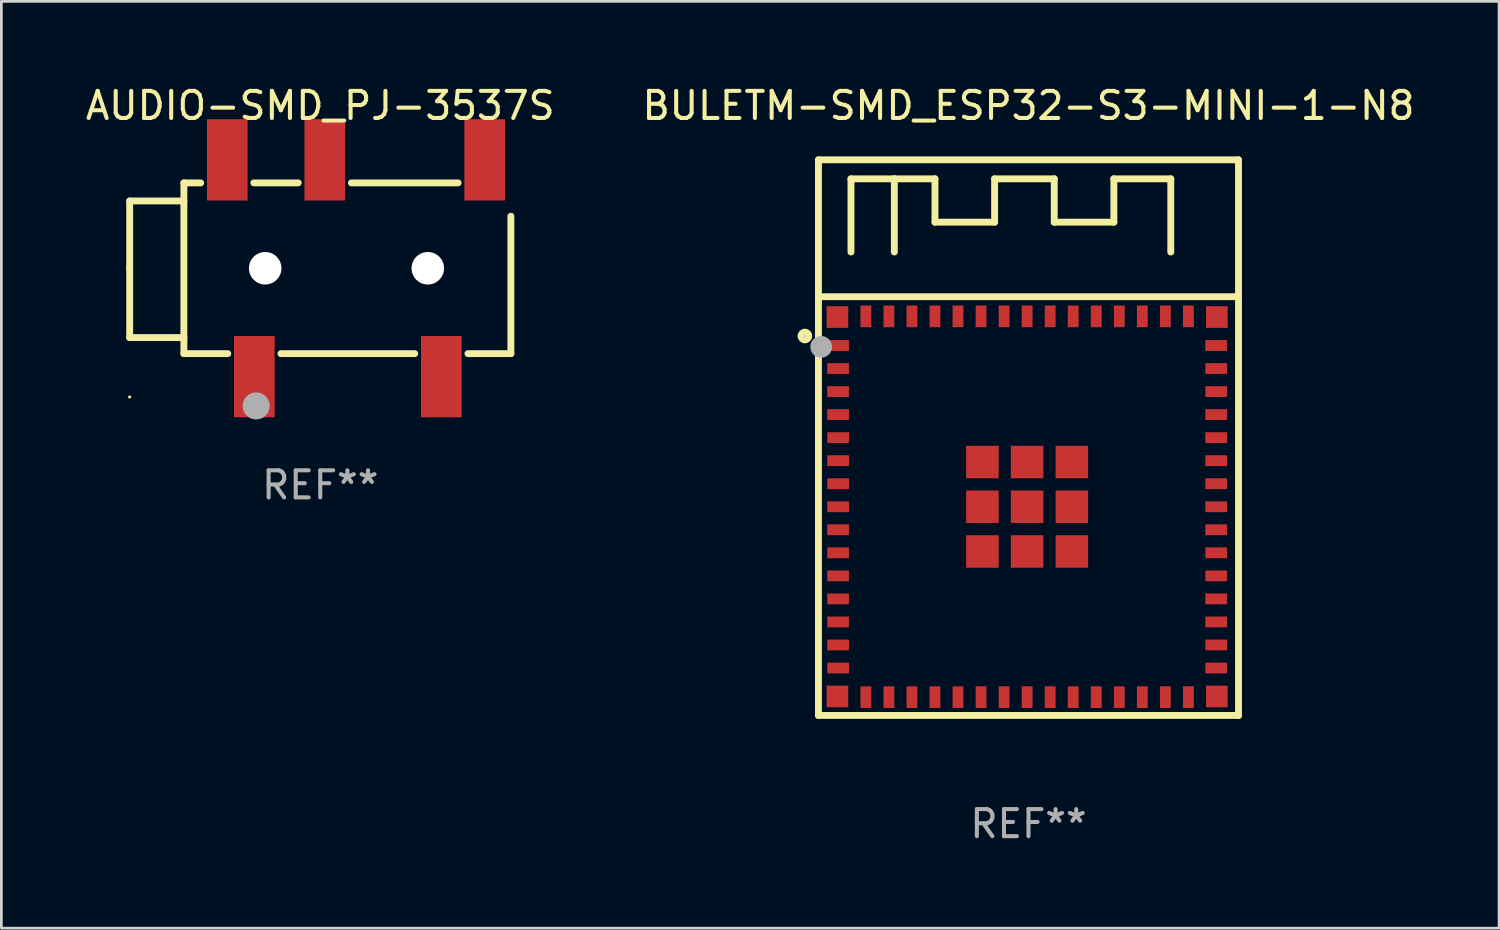
<source format=kicad_pcb>
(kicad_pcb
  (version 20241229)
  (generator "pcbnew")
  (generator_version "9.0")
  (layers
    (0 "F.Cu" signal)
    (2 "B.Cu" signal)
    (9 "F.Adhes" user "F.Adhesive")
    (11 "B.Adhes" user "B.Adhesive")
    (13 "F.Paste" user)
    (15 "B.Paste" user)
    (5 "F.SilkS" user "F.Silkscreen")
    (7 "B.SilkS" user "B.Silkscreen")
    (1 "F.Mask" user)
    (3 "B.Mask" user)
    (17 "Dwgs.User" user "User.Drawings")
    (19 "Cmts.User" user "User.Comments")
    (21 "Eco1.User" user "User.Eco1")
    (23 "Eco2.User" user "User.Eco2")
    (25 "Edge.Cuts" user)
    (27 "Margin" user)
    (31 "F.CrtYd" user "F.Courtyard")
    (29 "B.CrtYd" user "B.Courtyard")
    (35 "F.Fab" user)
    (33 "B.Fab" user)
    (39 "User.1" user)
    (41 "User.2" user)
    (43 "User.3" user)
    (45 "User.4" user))
  (footprint "AUDIO-SMD_PJ-3537S"
    (layer "F.Cu")
    (at 10.085 6.848)
    (property "Reference" "AUDIO-SMD_PJ-3537S" (at -1.318 -6 0) (layer "F.SilkS") (effects (font (size 1 1) (thickness 0.15))))
    (attr smd)
    (fp_line (start -8.35 -2.482) (end -6.35 -2.482) (stroke (width 0.254) (type solid)) (layer "F.SilkS"))
    (fp_line (start -8.35 0.018) (end -8.35 -2.482) (stroke (width 0.254) (type solid)) (layer "F.SilkS"))
    (fp_line (start -8.35 0.018) (end -8.35 2.558) (stroke (width 0.254) (type solid)) (layer "F.SilkS"))
    (fp_line (start -8.35 2.558) (end -6.35 2.558) (stroke (width 0.254) (type solid)) (layer "F.SilkS"))
    (fp_line (start -6.35 -3.15) (end -6.35 3.15) (stroke (width 0.254) (type solid)) (layer "F.SilkS"))
    (fp_line (start -6.35 -3.15) (end -5.731 -3.15) (stroke (width 0.254) (type solid)) (layer "F.SilkS"))
    (fp_line (start -6.35 3.15) (end -4.731 3.15) (stroke (width 0.254) (type solid)) (layer "F.SilkS"))
    (fp_line (start -3.769 -3.15) (end -2.131 -3.15) (stroke (width 0.254) (type solid)) (layer "F.SilkS"))
    (fp_line (start -2.769 3.15) (end 2.169 3.15) (stroke (width 0.254) (type solid)) (layer "F.SilkS"))
    (fp_line (start -0.169 -3.15) (end 3.769 -3.15) (stroke (width 0.254) (type solid)) (layer "F.SilkS"))
    (fp_line (start 4.131 3.15) (end 5.715 3.15) (stroke (width 0.254) (type solid)) (layer "F.SilkS"))
    (fp_line (start 5.715 3.15) (end 5.715 -1.92) (stroke (width 0.254) (type solid)) (layer "F.SilkS"))
    (fp_circle (center -8.35 4.75) (end -8.32 4.75) (stroke (width 0.06) (type solid)) (fill no) (layer "F.SilkS"))
    (fp_circle (center -3.683 5.08) (end -3.433 5.08) (stroke (width 0.5) (type solid)) (fill no) (layer "F.Fab"))
    (fp_text user "REF**" (at -1.318 8 0) (layer "F.Fab") (effects (font (size 1 1) (thickness 0.15))))
    (pad "" np_thru_hole circle (at -3.35 0.000102) (size 1.2 1.2) (drill 1.2) (layers "*.Cu" "*.Mask"))
    (pad "" np_thru_hole circle (at 2.65 0.000102) (size 1.2 1.2) (drill 1.2) (layers "*.Cu" "*.Mask"))
    (pad "1" smd rect (at -3.75 4) (size 1.5 3) (layers "F.Cu" "F.Mask" "F.Paste"))
    (pad "2" smd rect (at -4.75 -4) (size 1.5 3) (layers "F.Cu" "F.Mask" "F.Paste"))
    (pad "3" smd rect (at -1.15 -4) (size 1.5 3) (layers "F.Cu" "F.Mask" "F.Paste"))
    (pad "4" smd rect (at 3.15 4) (size 1.5 3) (layers "F.Cu" "F.Mask" "F.Paste"))
    (pad "5" smd rect (at 4.75 -4) (size 1.5 3) (layers "F.Cu" "F.Mask" "F.Paste")))
  (footprint "BULETM-SMD_ESP32-S3-MINI-1-N8"
    (layer "F.Cu")
    (at 34.849 15.648)
    (property "Reference" "BULETM-SMD_ESP32-S3-MINI-1-N8" (at 0.05 -14.8 0) (layer "F.SilkS") (effects (font (size 1 1) (thickness 0.15))))
    (attr smd)
    (fp_line (start -7.7 -12.8) (end 7.8 -12.8) (stroke (width 0.254) (type solid)) (layer "F.SilkS"))
    (fp_line (start -7.7 -7.75) (end 7.8 -7.75) (stroke (width 0.254) (type solid)) (layer "F.SilkS"))
    (fp_line (start -7.7 7.7) (end -7.7 -12.8) (stroke (width 0.254) (type solid)) (layer "F.SilkS"))
    (fp_line (start -6.5 -12.1) (end -4.9 -12.1) (stroke (width 0.254) (type solid)) (layer "F.SilkS"))
    (fp_line (start -6.5 -9.4) (end -6.5 -12.1) (stroke (width 0.254) (type solid)) (layer "F.SilkS"))
    (fp_line (start -4.9 -12.1) (end -4.9 -9.4) (stroke (width 0.254) (type solid)) (layer "F.SilkS"))
    (fp_line (start -4.9 -12.1) (end -3.4 -12.1) (stroke (width 0.254) (type solid)) (layer "F.SilkS"))
    (fp_line (start -3.4 -12.1) (end -3.4 -10.5) (stroke (width 0.254) (type solid)) (layer "F.SilkS"))
    (fp_line (start -3.4 -10.5) (end -1.2 -10.5) (stroke (width 0.254) (type solid)) (layer "F.SilkS"))
    (fp_line (start -1.2 -12.1) (end 1 -12.1) (stroke (width 0.254) (type solid)) (layer "F.SilkS"))
    (fp_line (start -1.2 -10.5) (end -1.2 -12.1) (stroke (width 0.254) (type solid)) (layer "F.SilkS"))
    (fp_line (start 1 -12.1) (end 1 -10.5) (stroke (width 0.254) (type solid)) (layer "F.SilkS"))
    (fp_line (start 1 -10.5) (end 3.2 -10.5) (stroke (width 0.254) (type solid)) (layer "F.SilkS"))
    (fp_line (start 3.2 -12.1) (end 5.3 -12.1) (stroke (width 0.254) (type solid)) (layer "F.SilkS"))
    (fp_line (start 3.2 -10.5) (end 3.2 -12.1) (stroke (width 0.254) (type solid)) (layer "F.SilkS"))
    (fp_line (start 5.3 -12.1) (end 5.3 -9.4) (stroke (width 0.254) (type solid)) (layer "F.SilkS"))
    (fp_line (start 7.8 -12.8) (end 7.8 7.7) (stroke (width 0.254) (type solid)) (layer "F.SilkS"))
    (fp_line (start 7.8 -7.75) (end 7.8 -7.786) (stroke (width 0.254) (type solid)) (layer "F.SilkS"))
    (fp_line (start 7.8 7.7) (end -7.7 7.7) (stroke (width 0.254) (type solid)) (layer "F.SilkS"))
    (fp_circle (center -8.2 -6.3) (end -8.058 -6.3) (stroke (width 0.254) (type solid)) (fill no) (layer "F.SilkS"))
    (fp_circle (center -7.7 -12.775) (end -7.67 -12.775) (stroke (width 0.06) (type solid)) (fill no) (layer "F.SilkS"))
    (fp_circle (center -7.6 -5.9) (end -7.4 -5.9) (stroke (width 0.4) (type solid)) (fill no) (layer "F.Fab"))
    (fp_text user "REF**" (at 0.05 11.7 0) (layer "F.Fab") (effects (font (size 1 1) (thickness 0.15))))
    (pad "1" smd rect (at -6.975 -5.95 90) (size 0.4 0.8) (layers "F.Cu" "F.Mask" "F.Paste"))
    (pad "2" smd rect (at -6.975 -5.1 90) (size 0.4 0.8) (layers "F.Cu" "F.Mask" "F.Paste"))
    (pad "3" smd rect (at -6.975 -4.25 90) (size 0.4 0.8) (layers "F.Cu" "F.Mask" "F.Paste"))
    (pad "4" smd rect (at -6.975 -3.4 90) (size 0.4 0.8) (layers "F.Cu" "F.Mask" "F.Paste"))
    (pad "5" smd rect (at -6.975 -2.55 90) (size 0.4 0.8) (layers "F.Cu" "F.Mask" "F.Paste"))
    (pad "6" smd rect (at -6.975 -1.7 90) (size 0.4 0.8) (layers "F.Cu" "F.Mask" "F.Paste"))
    (pad "7" smd rect (at -6.975 -0.85 90) (size 0.4 0.8) (layers "F.Cu" "F.Mask" "F.Paste"))
    (pad "8" smd rect (at -6.975 -0.000127 90) (size 0.4 0.8) (layers "F.Cu" "F.Mask" "F.Paste"))
    (pad "9" smd rect (at -6.975 0.85 90) (size 0.4 0.8) (layers "F.Cu" "F.Mask" "F.Paste"))
    (pad "10" smd rect (at -6.975 1.7 90) (size 0.4 0.8) (layers "F.Cu" "F.Mask" "F.Paste"))
    (pad "11" smd rect (at -6.975 2.55 90) (size 0.4 0.8) (layers "F.Cu" "F.Mask" "F.Paste"))
    (pad "12" smd rect (at -6.975 3.4 90) (size 0.4 0.8) (layers "F.Cu" "F.Mask" "F.Paste"))
    (pad "13" smd rect (at -6.975 4.25 90) (size 0.4 0.8) (layers "F.Cu" "F.Mask" "F.Paste"))
    (pad "14" smd rect (at -6.975 5.1 90) (size 0.4 0.8) (layers "F.Cu" "F.Mask" "F.Paste"))
    (pad "15" smd rect (at -6.975 5.95 90) (size 0.4 0.8) (layers "F.Cu" "F.Mask" "F.Paste"))
    (pad "16" smd rect (at -5.95 7.025 180) (size 0.4 0.8) (layers "F.Cu" "F.Mask" "F.Paste"))
    (pad "17" smd rect (at -5.1 7.025 180) (size 0.4 0.8) (layers "F.Cu" "F.Mask" "F.Paste"))
    (pad "18" smd rect (at -4.25 7.025 180) (size 0.4 0.8) (layers "F.Cu" "F.Mask" "F.Paste"))
    (pad "19" smd rect (at -3.4 7.025 180) (size 0.4 0.8) (layers "F.Cu" "F.Mask" "F.Paste"))
    (pad "20" smd rect (at -2.55 7.025 180) (size 0.4 0.8) (layers "F.Cu" "F.Mask" "F.Paste"))
    (pad "21" smd rect (at -1.7 7.025 180) (size 0.4 0.8) (layers "F.Cu" "F.Mask" "F.Paste"))
    (pad "22" smd rect (at -0.85 7.025 180) (size 0.4 0.8) (layers "F.Cu" "F.Mask" "F.Paste"))
    (pad "23" smd rect (at 0 7.025 180) (size 0.4 0.8) (layers "F.Cu" "F.Mask" "F.Paste"))
    (pad "24" smd rect (at 0.85 7.025 180) (size 0.4 0.8) (layers "F.Cu" "F.Mask" "F.Paste"))
    (pad "25" smd rect (at 1.7 7.025 180) (size 0.4 0.8) (layers "F.Cu" "F.Mask" "F.Paste"))
    (pad "26" smd rect (at 2.55 7.025 180) (size 0.4 0.8) (layers "F.Cu" "F.Mask" "F.Paste"))
    (pad "27" smd rect (at 3.4 7.025 180) (size 0.4 0.8) (layers "F.Cu" "F.Mask" "F.Paste"))
    (pad "28" smd rect (at 4.25 7.025 180) (size 0.4 0.8) (layers "F.Cu" "F.Mask" "F.Paste"))
    (pad "29" smd rect (at 5.1 7.025 180) (size 0.4 0.8) (layers "F.Cu" "F.Mask" "F.Paste"))
    (pad "30" smd rect (at 5.95 7.025 180) (size 0.4 0.8) (layers "F.Cu" "F.Mask" "F.Paste"))
    (pad "31" smd rect (at 6.975 5.95 270) (size 0.4 0.8) (layers "F.Cu" "F.Mask" "F.Paste"))
    (pad "32" smd rect (at 6.975 5.1 270) (size 0.4 0.8) (layers "F.Cu" "F.Mask" "F.Paste"))
    (pad "33" smd rect (at 6.975 4.25 270) (size 0.4 0.8) (layers "F.Cu" "F.Mask" "F.Paste"))
    (pad "34" smd rect (at 6.975 3.4 270) (size 0.4 0.8) (layers "F.Cu" "F.Mask" "F.Paste"))
    (pad "35" smd rect (at 6.975 2.55 270) (size 0.4 0.8) (layers "F.Cu" "F.Mask" "F.Paste"))
    (pad "36" smd rect (at 6.975 1.7 270) (size 0.4 0.8) (layers "F.Cu" "F.Mask" "F.Paste"))
    (pad "37" smd rect (at 6.975 0.85 270) (size 0.4 0.8) (layers "F.Cu" "F.Mask" "F.Paste"))
    (pad "38" smd rect (at 6.975 -0.000127 270) (size 0.4 0.8) (layers "F.Cu" "F.Mask" "F.Paste"))
    (pad "39" smd rect (at 6.975 -0.85 270) (size 0.4 0.8) (layers "F.Cu" "F.Mask" "F.Paste"))
    (pad "40" smd rect (at 6.975 -1.7 270) (size 0.4 0.8) (layers "F.Cu" "F.Mask" "F.Paste"))
    (pad "41" smd rect (at 6.975 -2.55 270) (size 0.4 0.8) (layers "F.Cu" "F.Mask" "F.Paste"))
    (pad "42" smd rect (at 6.975 -3.4 270) (size 0.4 0.8) (layers "F.Cu" "F.Mask" "F.Paste"))
    (pad "43" smd rect (at 6.975 -4.25 270) (size 0.4 0.8) (layers "F.Cu" "F.Mask" "F.Paste"))
    (pad "44" smd rect (at 6.975 -5.1 270) (size 0.4 0.8) (layers "F.Cu" "F.Mask" "F.Paste"))
    (pad "45" smd rect (at 6.975 -5.95 270) (size 0.4 0.8) (layers "F.Cu" "F.Mask" "F.Paste"))
    (pad "46" smd rect (at 5.95 -7.025) (size 0.4 0.8) (layers "F.Cu" "F.Mask" "F.Paste"))
    (pad "47" smd rect (at 5.1 -7.025) (size 0.4 0.8) (layers "F.Cu" "F.Mask" "F.Paste"))
    (pad "48" smd rect (at 4.25 -7.025) (size 0.4 0.8) (layers "F.Cu" "F.Mask" "F.Paste"))
    (pad "49" smd rect (at 3.4 -7.025) (size 0.4 0.8) (layers "F.Cu" "F.Mask" "F.Paste"))
    (pad "50" smd rect (at 2.55 -7.025) (size 0.4 0.8) (layers "F.Cu" "F.Mask" "F.Paste"))
    (pad "51" smd rect (at 1.7 -7.025) (size 0.4 0.8) (layers "F.Cu" "F.Mask" "F.Paste"))
    (pad "52" smd rect (at 0.85 -7.025) (size 0.4 0.8) (layers "F.Cu" "F.Mask" "F.Paste"))
    (pad "53" smd rect (at 0 -7.025) (size 0.4 0.8) (layers "F.Cu" "F.Mask" "F.Paste"))
    (pad "54" smd rect (at -0.85 -7.025) (size 0.4 0.8) (layers "F.Cu" "F.Mask" "F.Paste"))
    (pad "55" smd rect (at -1.7 -7.025) (size 0.4 0.8) (layers "F.Cu" "F.Mask" "F.Paste"))
    (pad "56" smd rect (at -2.55 -7.025) (size 0.4 0.8) (layers "F.Cu" "F.Mask" "F.Paste"))
    (pad "57" smd rect (at -3.4 -7.025) (size 0.4 0.8) (layers "F.Cu" "F.Mask" "F.Paste"))
    (pad "58" smd rect (at -4.25 -7.025) (size 0.4 0.8) (layers "F.Cu" "F.Mask" "F.Paste"))
    (pad "59" smd rect (at -5.1 -7.025) (size 0.4 0.8) (layers "F.Cu" "F.Mask" "F.Paste"))
    (pad "60" smd rect (at -5.95 -7.025) (size 0.4 0.8) (layers "F.Cu" "F.Mask" "F.Paste"))
    (pad "GND" smd rect (at -7 -7 90) (size 0.8 0.8) (layers "F.Cu" "F.Mask" "F.Paste"))
    (pad "GND" smd rect (at -7 7 90) (size 0.8 0.8) (layers "F.Cu" "F.Mask" "F.Paste"))
    (pad "GND" smd rect (at -1.65 -1.65 90) (size 1.2 1.2) (layers "F.Cu" "F.Mask" "F.Paste"))
    (pad "GND" smd rect (at -1.65 -0.000127 90) (size 1.2 1.2) (layers "F.Cu" "F.Mask" "F.Paste"))
    (pad "GND" smd rect (at -1.65 1.65 90) (size 1.2 1.2) (layers "F.Cu" "F.Mask" "F.Paste"))
    (pad "GND" smd rect (at 0 -1.65 90) (size 1.2 1.2) (layers "F.Cu" "F.Mask" "F.Paste"))
    (pad "GND" smd rect (at 0 -0.000127 90) (size 1.2 1.2) (layers "F.Cu" "F.Mask" "F.Paste"))
    (pad "GND" smd rect (at 0 1.65 90) (size 1.2 1.2) (layers "F.Cu" "F.Mask" "F.Paste"))
    (pad "GND" smd rect (at 1.65 -1.65 90) (size 1.2 1.2) (layers "F.Cu" "F.Mask" "F.Paste"))
    (pad "GND" smd rect (at 1.65 -0.000127 90) (size 1.2 1.2) (layers "F.Cu" "F.Mask" "F.Paste"))
    (pad "GND" smd rect (at 1.65 1.65 90) (size 1.2 1.2) (layers "F.Cu" "F.Mask" "F.Paste"))
    (pad "GND" smd rect (at 7 -7 90) (size 0.8 0.8) (layers "F.Cu" "F.Mask" "F.Paste"))
    (pad "GND" smd rect (at 7 7 90) (size 0.8 0.8) (layers "F.Cu" "F.Mask" "F.Paste")))
  (gr_rect
    (start -3 -3)
    (end 52.262 31.197)
    (stroke (width 0.1) (type default))
    (fill no)
    (layer "Edge.Cuts")))
</source>
